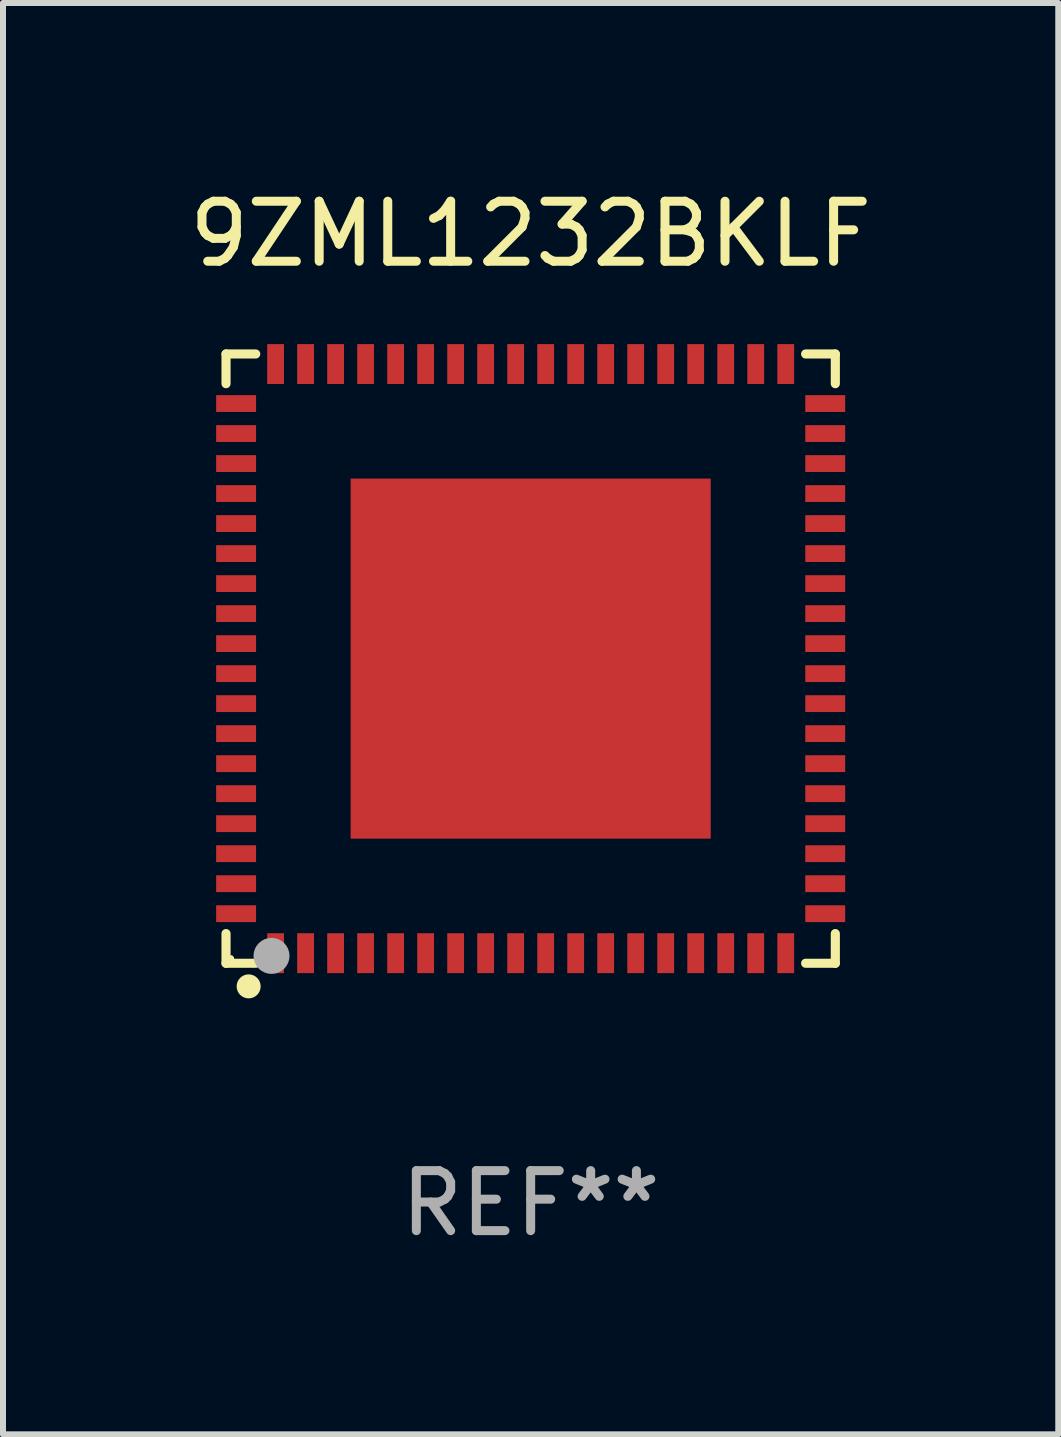
<source format=kicad_pcb>
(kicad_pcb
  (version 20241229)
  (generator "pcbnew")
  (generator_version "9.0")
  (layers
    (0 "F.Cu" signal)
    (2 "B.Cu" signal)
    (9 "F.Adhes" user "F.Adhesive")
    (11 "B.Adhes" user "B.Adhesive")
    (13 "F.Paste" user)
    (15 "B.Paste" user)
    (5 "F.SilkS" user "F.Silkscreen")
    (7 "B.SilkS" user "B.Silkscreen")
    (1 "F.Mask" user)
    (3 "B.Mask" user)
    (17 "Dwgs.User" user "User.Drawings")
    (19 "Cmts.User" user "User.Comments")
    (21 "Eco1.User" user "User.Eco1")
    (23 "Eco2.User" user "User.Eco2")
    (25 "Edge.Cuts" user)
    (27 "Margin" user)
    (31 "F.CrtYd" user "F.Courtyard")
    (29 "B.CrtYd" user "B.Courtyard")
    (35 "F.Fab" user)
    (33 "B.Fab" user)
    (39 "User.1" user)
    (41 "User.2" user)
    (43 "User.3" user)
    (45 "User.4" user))
  (footprint "9ZML1232BKLF"
    (layer "F.Cu")
    (at 5.792 7.924)
    (property "Reference" "9ZML1232BKLF" (at 0 -7.076 0) (layer "F.SilkS") (effects (font (size 1 1) (thickness 0.15))))
    (attr through_hole)
    (fp_line (start -5.076 -5.076) (end -4.581 -5.076) (stroke (width 0.152) (type solid)) (layer "F.SilkS"))
    (fp_line (start -5.076 -4.581) (end -5.076 -5.076) (stroke (width 0.152) (type solid)) (layer "F.SilkS"))
    (fp_line (start -5.076 4.581) (end -5.076 5.076) (stroke (width 0.152) (type solid)) (layer "F.SilkS"))
    (fp_line (start -5.076 5.076) (end -4.581 5.076) (stroke (width 0.152) (type solid)) (layer "F.SilkS"))
    (fp_line (start 5.076 -5.076) (end 4.581 -5.076) (stroke (width 0.152) (type solid)) (layer "F.SilkS"))
    (fp_line (start 5.076 -4.581) (end 5.076 -5.076) (stroke (width 0.152) (type solid)) (layer "F.SilkS"))
    (fp_line (start 5.076 4.581) (end 5.076 5.076) (stroke (width 0.152) (type solid)) (layer "F.SilkS"))
    (fp_line (start 5.076 5.076) (end 4.581 5.076) (stroke (width 0.152) (type solid)) (layer "F.SilkS"))
    (fp_circle (center -5 5) (end -4.97 5) (stroke (width 0.06) (type solid)) (fill no) (layer "F.SilkS"))
    (fp_circle (center -4.699 5.461) (end -4.599 5.461) (stroke (width 0.2) (type solid)) (fill no) (layer "F.SilkS"))
    (fp_circle (center -4.318 4.953) (end -4.168 4.953) (stroke (width 0.3) (type solid)) (fill no) (layer "F.Fab"))
    (fp_text user "REF**" (at 0 9.076 0) (layer "F.Fab") (effects (font (size 1 1) (thickness 0.15))))
    (pad "1" smd rect (at -4.25 4.908) (size 0.28 0.665) (layers "F.Cu" "F.Mask" "F.Paste"))
    (pad "2" smd rect (at -3.75 4.908) (size 0.28 0.665) (layers "F.Cu" "F.Mask" "F.Paste"))
    (pad "3" smd rect (at -3.25 4.908) (size 0.28 0.665) (layers "F.Cu" "F.Mask" "F.Paste"))
    (pad "4" smd rect (at -2.75 4.908) (size 0.28 0.665) (layers "F.Cu" "F.Mask" "F.Paste"))
    (pad "5" smd rect (at -2.25 4.908) (size 0.28 0.665) (layers "F.Cu" "F.Mask" "F.Paste"))
    (pad "6" smd rect (at -1.75 4.908) (size 0.28 0.665) (layers "F.Cu" "F.Mask" "F.Paste"))
    (pad "7" smd rect (at -1.25 4.908) (size 0.28 0.665) (layers "F.Cu" "F.Mask" "F.Paste"))
    (pad "8" smd rect (at -0.75 4.908) (size 0.28 0.665) (layers "F.Cu" "F.Mask" "F.Paste"))
    (pad "9" smd rect (at -0.25 4.908) (size 0.28 0.665) (layers "F.Cu" "F.Mask" "F.Paste"))
    (pad "10" smd rect (at 0.25 4.908) (size 0.28 0.665) (layers "F.Cu" "F.Mask" "F.Paste"))
    (pad "11" smd rect (at 0.75 4.908) (size 0.28 0.665) (layers "F.Cu" "F.Mask" "F.Paste"))
    (pad "12" smd rect (at 1.25 4.908) (size 0.28 0.665) (layers "F.Cu" "F.Mask" "F.Paste"))
    (pad "13" smd rect (at 1.75 4.908) (size 0.28 0.665) (layers "F.Cu" "F.Mask" "F.Paste"))
    (pad "14" smd rect (at 2.25 4.908) (size 0.28 0.665) (layers "F.Cu" "F.Mask" "F.Paste"))
    (pad "15" smd rect (at 2.75 4.908) (size 0.28 0.665) (layers "F.Cu" "F.Mask" "F.Paste"))
    (pad "16" smd rect (at 3.25 4.908) (size 0.28 0.665) (layers "F.Cu" "F.Mask" "F.Paste"))
    (pad "17" smd rect (at 3.75 4.908) (size 0.28 0.665) (layers "F.Cu" "F.Mask" "F.Paste"))
    (pad "18" smd rect (at 4.25 4.908) (size 0.28 0.665) (layers "F.Cu" "F.Mask" "F.Paste"))
    (pad "19" smd rect (at 4.908 4.25) (size 0.665 0.28) (layers "F.Cu" "F.Mask" "F.Paste"))
    (pad "20" smd rect (at 4.908 3.75) (size 0.665 0.28) (layers "F.Cu" "F.Mask" "F.Paste"))
    (pad "21" smd rect (at 4.908 3.25) (size 0.665 0.28) (layers "F.Cu" "F.Mask" "F.Paste"))
    (pad "22" smd rect (at 4.908 2.75) (size 0.665 0.28) (layers "F.Cu" "F.Mask" "F.Paste"))
    (pad "23" smd rect (at 4.908 2.25) (size 0.665 0.28) (layers "F.Cu" "F.Mask" "F.Paste"))
    (pad "24" smd rect (at 4.908 1.75) (size 0.665 0.28) (layers "F.Cu" "F.Mask" "F.Paste"))
    (pad "25" smd rect (at 4.908 1.25) (size 0.665 0.28) (layers "F.Cu" "F.Mask" "F.Paste"))
    (pad "26" smd rect (at 4.908 0.75) (size 0.665 0.28) (layers "F.Cu" "F.Mask" "F.Paste"))
    (pad "27" smd rect (at 4.908 0.25) (size 0.665 0.28) (layers "F.Cu" "F.Mask" "F.Paste"))
    (pad "28" smd rect (at 4.908 -0.25) (size 0.665 0.28) (layers "F.Cu" "F.Mask" "F.Paste"))
    (pad "29" smd rect (at 4.908 -0.75) (size 0.665 0.28) (layers "F.Cu" "F.Mask" "F.Paste"))
    (pad "30" smd rect (at 4.908 -1.25) (size 0.665 0.28) (layers "F.Cu" "F.Mask" "F.Paste"))
    (pad "31" smd rect (at 4.908 -1.75) (size 0.665 0.28) (layers "F.Cu" "F.Mask" "F.Paste"))
    (pad "32" smd rect (at 4.908 -2.25) (size 0.665 0.28) (layers "F.Cu" "F.Mask" "F.Paste"))
    (pad "33" smd rect (at 4.908 -2.75) (size 0.665 0.28) (layers "F.Cu" "F.Mask" "F.Paste"))
    (pad "34" smd rect (at 4.908 -3.25) (size 0.665 0.28) (layers "F.Cu" "F.Mask" "F.Paste"))
    (pad "35" smd rect (at 4.908 -3.75) (size 0.665 0.28) (layers "F.Cu" "F.Mask" "F.Paste"))
    (pad "36" smd rect (at 4.908 -4.25) (size 0.665 0.28) (layers "F.Cu" "F.Mask" "F.Paste"))
    (pad "37" smd rect (at 4.25 -4.908) (size 0.28 0.665) (layers "F.Cu" "F.Mask" "F.Paste"))
    (pad "38" smd rect (at 3.75 -4.908) (size 0.28 0.665) (layers "F.Cu" "F.Mask" "F.Paste"))
    (pad "39" smd rect (at 3.25 -4.908) (size 0.28 0.665) (layers "F.Cu" "F.Mask" "F.Paste"))
    (pad "40" smd rect (at 2.75 -4.908) (size 0.28 0.665) (layers "F.Cu" "F.Mask" "F.Paste"))
    (pad "41" smd rect (at 2.25 -4.908) (size 0.28 0.665) (layers "F.Cu" "F.Mask" "F.Paste"))
    (pad "42" smd rect (at 1.75 -4.908) (size 0.28 0.665) (layers "F.Cu" "F.Mask" "F.Paste"))
    (pad "43" smd rect (at 1.25 -4.908) (size 0.28 0.665) (layers "F.Cu" "F.Mask" "F.Paste"))
    (pad "44" smd rect (at 0.75 -4.908) (size 0.28 0.665) (layers "F.Cu" "F.Mask" "F.Paste"))
    (pad "45" smd rect (at 0.25 -4.908) (size 0.28 0.665) (layers "F.Cu" "F.Mask" "F.Paste"))
    (pad "46" smd rect (at -0.25 -4.908) (size 0.28 0.665) (layers "F.Cu" "F.Mask" "F.Paste"))
    (pad "47" smd rect (at -0.75 -4.908) (size 0.28 0.665) (layers "F.Cu" "F.Mask" "F.Paste"))
    (pad "48" smd rect (at -1.25 -4.908) (size 0.28 0.665) (layers "F.Cu" "F.Mask" "F.Paste"))
    (pad "49" smd rect (at -1.75 -4.908) (size 0.28 0.665) (layers "F.Cu" "F.Mask" "F.Paste"))
    (pad "50" smd rect (at -2.25 -4.908) (size 0.28 0.665) (layers "F.Cu" "F.Mask" "F.Paste"))
    (pad "51" smd rect (at -2.75 -4.908) (size 0.28 0.665) (layers "F.Cu" "F.Mask" "F.Paste"))
    (pad "52" smd rect (at -3.25 -4.908) (size 0.28 0.665) (layers "F.Cu" "F.Mask" "F.Paste"))
    (pad "53" smd rect (at -3.75 -4.908) (size 0.28 0.665) (layers "F.Cu" "F.Mask" "F.Paste"))
    (pad "54" smd rect (at -4.25 -4.908) (size 0.28 0.665) (layers "F.Cu" "F.Mask" "F.Paste"))
    (pad "55" smd rect (at -4.908 -4.25) (size 0.665 0.28) (layers "F.Cu" "F.Mask" "F.Paste"))
    (pad "56" smd rect (at -4.908 -3.75) (size 0.665 0.28) (layers "F.Cu" "F.Mask" "F.Paste"))
    (pad "57" smd rect (at -4.908 -3.25) (size 0.665 0.28) (layers "F.Cu" "F.Mask" "F.Paste"))
    (pad "58" smd rect (at -4.908 -2.75) (size 0.665 0.28) (layers "F.Cu" "F.Mask" "F.Paste"))
    (pad "59" smd rect (at -4.908 -2.25) (size 0.665 0.28) (layers "F.Cu" "F.Mask" "F.Paste"))
    (pad "60" smd rect (at -4.908 -1.75) (size 0.665 0.28) (layers "F.Cu" "F.Mask" "F.Paste"))
    (pad "61" smd rect (at -4.908 -1.25) (size 0.665 0.28) (layers "F.Cu" "F.Mask" "F.Paste"))
    (pad "62" smd rect (at -4.908 -0.75) (size 0.665 0.28) (layers "F.Cu" "F.Mask" "F.Paste"))
    (pad "63" smd rect (at -4.908 -0.25) (size 0.665 0.28) (layers "F.Cu" "F.Mask" "F.Paste"))
    (pad "64" smd rect (at -4.908 0.25) (size 0.665 0.28) (layers "F.Cu" "F.Mask" "F.Paste"))
    (pad "65" smd rect (at -4.908 0.75) (size 0.665 0.28) (layers "F.Cu" "F.Mask" "F.Paste"))
    (pad "66" smd rect (at -4.908 1.25) (size 0.665 0.28) (layers "F.Cu" "F.Mask" "F.Paste"))
    (pad "67" smd rect (at -4.908 1.75) (size 0.665 0.28) (layers "F.Cu" "F.Mask" "F.Paste"))
    (pad "68" smd rect (at -4.908 2.25) (size 0.665 0.28) (layers "F.Cu" "F.Mask" "F.Paste"))
    (pad "69" smd rect (at -4.908 2.75) (size 0.665 0.28) (layers "F.Cu" "F.Mask" "F.Paste"))
    (pad "70" smd rect (at -4.908 3.25) (size 0.665 0.28) (layers "F.Cu" "F.Mask" "F.Paste"))
    (pad "71" smd rect (at -4.908 3.75) (size 0.665 0.28) (layers "F.Cu" "F.Mask" "F.Paste"))
    (pad "72" smd rect (at -4.908 4.25) (size 0.665 0.28) (layers "F.Cu" "F.Mask" "F.Paste"))
    (pad "73" smd rect (at 0 0) (size 6 6) (layers "F.Cu" "F.Mask" "F.Paste")))
  (gr_rect
    (start -3 -3)
    (end 14.583 20.849)
    (stroke (width 0.1) (type default))
    (fill no)
    (layer "Edge.Cuts")))
</source>
